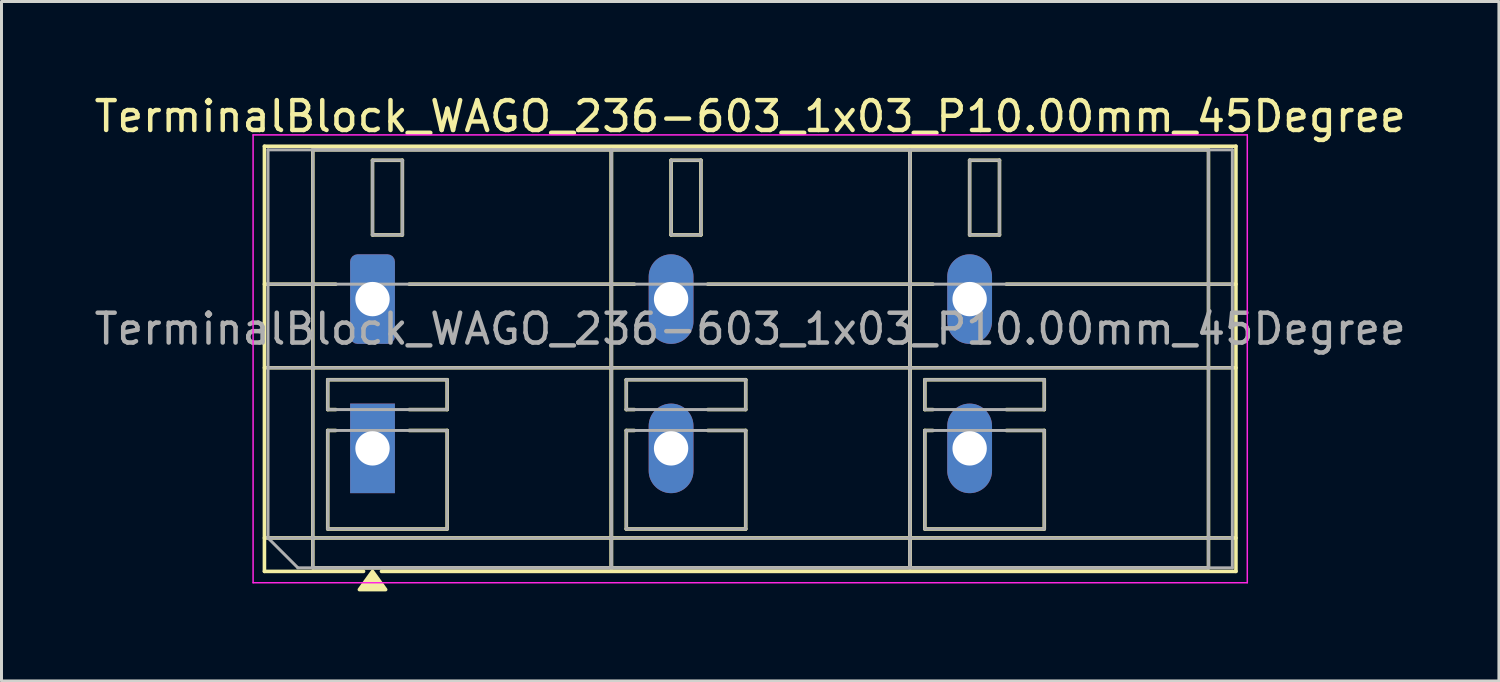
<source format=kicad_pcb>
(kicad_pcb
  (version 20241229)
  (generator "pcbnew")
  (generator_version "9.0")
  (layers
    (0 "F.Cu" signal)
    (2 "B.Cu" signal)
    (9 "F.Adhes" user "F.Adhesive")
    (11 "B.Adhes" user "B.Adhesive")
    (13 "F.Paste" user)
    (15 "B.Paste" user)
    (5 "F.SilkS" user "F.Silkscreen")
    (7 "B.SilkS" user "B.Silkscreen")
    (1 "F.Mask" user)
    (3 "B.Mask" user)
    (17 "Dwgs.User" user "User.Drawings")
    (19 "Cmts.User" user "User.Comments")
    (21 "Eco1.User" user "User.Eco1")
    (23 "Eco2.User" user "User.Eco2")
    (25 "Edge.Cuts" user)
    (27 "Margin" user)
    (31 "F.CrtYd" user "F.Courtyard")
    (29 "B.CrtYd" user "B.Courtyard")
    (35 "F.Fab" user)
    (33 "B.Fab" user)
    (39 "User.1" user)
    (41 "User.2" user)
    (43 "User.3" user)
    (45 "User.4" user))
  (footprint "TerminalBlock_WAGO_236-603_1x03_P10.00mm_45Degree"
    (layer "F.Cu")
    (at 9.427 6.968)
    (property "Reference" "TerminalBlock_WAGO_236-603_1x03_P10.00mm_45Degree" (at 12.65 -6.12 0) (layer "F.SilkS") (effects (font (size 1 1) (thickness 0.15))))
    (attr through_hole)
    (fp_line (start -3.62 -5.12) (end 28.92 -5.12) (stroke (width 0.12) (type solid)) (layer "F.SilkS"))
    (fp_line (start -3.62 -0.5) (end -1.23 -0.5) (stroke (width 0.12) (type solid)) (layer "F.SilkS"))
    (fp_line (start -3.62 2.3) (end 28.92 2.3) (stroke (width 0.12) (type solid)) (layer "F.SilkS"))
    (fp_line (start -3.62 8) (end 28.92 8) (stroke (width 0.12) (type solid)) (layer "F.SilkS"))
    (fp_line (start -3.62 9.12) (end -3.62 -5.12) (stroke (width 0.12) (type solid)) (layer "F.SilkS"))
    (fp_line (start -2 -5) (end 8 -5) (stroke (width 0.12) (type solid)) (layer "F.SilkS"))
    (fp_line (start -2 9) (end -2 -5) (stroke (width 0.12) (type solid)) (layer "F.SilkS"))
    (fp_line (start -1.5 2.7) (end 2.5 2.7) (stroke (width 0.12) (type solid)) (layer "F.SilkS"))
    (fp_line (start -1.5 3.7) (end -1.5 2.7) (stroke (width 0.12) (type solid)) (layer "F.SilkS"))
    (fp_line (start -1.5 4.4) (end -1.23 4.4) (stroke (width 0.12) (type solid)) (layer "F.SilkS"))
    (fp_line (start -1.5 7.7) (end -1.5 4.4) (stroke (width 0.12) (type solid)) (layer "F.SilkS"))
    (fp_line (start -1.23 3.7) (end -1.5 3.7) (stroke (width 0.12) (type solid)) (layer "F.SilkS"))
    (fp_line (start -0.3 9.12) (end -3.62 9.12) (stroke (width 0.12) (type solid)) (layer "F.SilkS"))
    (fp_line (start 0 -4.65) (end 1 -4.65) (stroke (width 0.12) (type solid)) (layer "F.SilkS"))
    (fp_line (start 0 -2.15) (end 0 -4.65) (stroke (width 0.12) (type solid)) (layer "F.SilkS"))
    (fp_line (start 1 -4.65) (end 1 -2.15) (stroke (width 0.12) (type solid)) (layer "F.SilkS"))
    (fp_line (start 1 -2.15) (end 0 -2.15) (stroke (width 0.12) (type solid)) (layer "F.SilkS"))
    (fp_line (start 1.23 -0.5) (end 8.77 -0.5) (stroke (width 0.12) (type solid)) (layer "F.SilkS"))
    (fp_line (start 1.23 4.4) (end 2.5 4.4) (stroke (width 0.12) (type solid)) (layer "F.SilkS"))
    (fp_line (start 2.5 2.7) (end 2.5 3.7) (stroke (width 0.12) (type solid)) (layer "F.SilkS"))
    (fp_line (start 2.5 3.7) (end 1.23 3.7) (stroke (width 0.12) (type solid)) (layer "F.SilkS"))
    (fp_line (start 2.5 4.4) (end 2.5 7.7) (stroke (width 0.12) (type solid)) (layer "F.SilkS"))
    (fp_line (start 2.5 7.7) (end -1.5 7.7) (stroke (width 0.12) (type solid)) (layer "F.SilkS"))
    (fp_line (start 8 -5) (end 8 9) (stroke (width 0.12) (type solid)) (layer "F.SilkS"))
    (fp_line (start 8 -5) (end 18 -5) (stroke (width 0.12) (type solid)) (layer "F.SilkS"))
    (fp_line (start 8 9) (end -2 9) (stroke (width 0.12) (type solid)) (layer "F.SilkS"))
    (fp_line (start 8 9) (end 8 -5) (stroke (width 0.12) (type solid)) (layer "F.SilkS"))
    (fp_line (start 8.5 2.7) (end 12.5 2.7) (stroke (width 0.12) (type solid)) (layer "F.SilkS"))
    (fp_line (start 8.5 3.7) (end 8.5 2.7) (stroke (width 0.12) (type solid)) (layer "F.SilkS"))
    (fp_line (start 8.5 4.4) (end 8.77 4.4) (stroke (width 0.12) (type solid)) (layer "F.SilkS"))
    (fp_line (start 8.5 7.7) (end 8.5 4.4) (stroke (width 0.12) (type solid)) (layer "F.SilkS"))
    (fp_line (start 8.77 3.7) (end 8.5 3.7) (stroke (width 0.12) (type solid)) (layer "F.SilkS"))
    (fp_line (start 10 -4.65) (end 11 -4.65) (stroke (width 0.12) (type solid)) (layer "F.SilkS"))
    (fp_line (start 10 -2.15) (end 10 -4.65) (stroke (width 0.12) (type solid)) (layer "F.SilkS"))
    (fp_line (start 11 -4.65) (end 11 -2.15) (stroke (width 0.12) (type solid)) (layer "F.SilkS"))
    (fp_line (start 11 -2.15) (end 10 -2.15) (stroke (width 0.12) (type solid)) (layer "F.SilkS"))
    (fp_line (start 11.23 -0.5) (end 18.77 -0.5) (stroke (width 0.12) (type solid)) (layer "F.SilkS"))
    (fp_line (start 11.23 4.4) (end 12.5 4.4) (stroke (width 0.12) (type solid)) (layer "F.SilkS"))
    (fp_line (start 12.5 2.7) (end 12.5 3.7) (stroke (width 0.12) (type solid)) (layer "F.SilkS"))
    (fp_line (start 12.5 3.7) (end 11.23 3.7) (stroke (width 0.12) (type solid)) (layer "F.SilkS"))
    (fp_line (start 12.5 4.4) (end 12.5 7.7) (stroke (width 0.12) (type solid)) (layer "F.SilkS"))
    (fp_line (start 12.5 7.7) (end 8.5 7.7) (stroke (width 0.12) (type solid)) (layer "F.SilkS"))
    (fp_line (start 18 -5) (end 18 9) (stroke (width 0.12) (type solid)) (layer "F.SilkS"))
    (fp_line (start 18 -5) (end 28 -5) (stroke (width 0.12) (type solid)) (layer "F.SilkS"))
    (fp_line (start 18 9) (end 8 9) (stroke (width 0.12) (type solid)) (layer "F.SilkS"))
    (fp_line (start 18 9) (end 18 -5) (stroke (width 0.12) (type solid)) (layer "F.SilkS"))
    (fp_line (start 18.5 2.7) (end 22.5 2.7) (stroke (width 0.12) (type solid)) (layer "F.SilkS"))
    (fp_line (start 18.5 3.7) (end 18.5 2.7) (stroke (width 0.12) (type solid)) (layer "F.SilkS"))
    (fp_line (start 18.5 4.4) (end 18.77 4.4) (stroke (width 0.12) (type solid)) (layer "F.SilkS"))
    (fp_line (start 18.5 7.7) (end 18.5 4.4) (stroke (width 0.12) (type solid)) (layer "F.SilkS"))
    (fp_line (start 18.77 3.7) (end 18.5 3.7) (stroke (width 0.12) (type solid)) (layer "F.SilkS"))
    (fp_line (start 20 -4.65) (end 21 -4.65) (stroke (width 0.12) (type solid)) (layer "F.SilkS"))
    (fp_line (start 20 -2.15) (end 20 -4.65) (stroke (width 0.12) (type solid)) (layer "F.SilkS"))
    (fp_line (start 21 -4.65) (end 21 -2.15) (stroke (width 0.12) (type solid)) (layer "F.SilkS"))
    (fp_line (start 21 -2.15) (end 20 -2.15) (stroke (width 0.12) (type solid)) (layer "F.SilkS"))
    (fp_line (start 21.23 -0.5) (end 28.92 -0.5) (stroke (width 0.12) (type solid)) (layer "F.SilkS"))
    (fp_line (start 21.23 4.4) (end 22.5 4.4) (stroke (width 0.12) (type solid)) (layer "F.SilkS"))
    (fp_line (start 22.5 2.7) (end 22.5 3.7) (stroke (width 0.12) (type solid)) (layer "F.SilkS"))
    (fp_line (start 22.5 3.7) (end 21.23 3.7) (stroke (width 0.12) (type solid)) (layer "F.SilkS"))
    (fp_line (start 22.5 4.4) (end 22.5 7.7) (stroke (width 0.12) (type solid)) (layer "F.SilkS"))
    (fp_line (start 22.5 7.7) (end 18.5 7.7) (stroke (width 0.12) (type solid)) (layer "F.SilkS"))
    (fp_line (start 28 -5) (end 28 9) (stroke (width 0.12) (type solid)) (layer "F.SilkS"))
    (fp_line (start 28 9) (end 18 9) (stroke (width 0.12) (type solid)) (layer "F.SilkS"))
    (fp_line (start 28.92 -5.12) (end 28.92 9.12) (stroke (width 0.12) (type solid)) (layer "F.SilkS"))
    (fp_line (start 28.92 9.12) (end 0.3 9.12) (stroke (width 0.12) (type solid)) (layer "F.SilkS"))
    (fp_poly (pts (xy 0 9.12) (xy 0.44 9.73) (xy -0.44 9.73)) (stroke (width 0.12) (type solid)) (fill yes) (layer "F.SilkS"))
    (fp_line (start -4 -5.5) (end -4 9.5) (stroke (width 0.05) (type solid)) (layer "F.CrtYd"))
    (fp_line (start -4 9.5) (end 29.3 9.5) (stroke (width 0.05) (type solid)) (layer "F.CrtYd"))
    (fp_line (start 29.3 -5.5) (end -4 -5.5) (stroke (width 0.05) (type solid)) (layer "F.CrtYd"))
    (fp_line (start 29.3 9.5) (end 29.3 -5.5) (stroke (width 0.05) (type solid)) (layer "F.CrtYd"))
    (fp_line (start -3.5 -5) (end 28.8 -5) (stroke (width 0.1) (type solid)) (layer "F.Fab"))
    (fp_line (start -3.5 -0.5) (end 28.8 -0.5) (stroke (width 0.1) (type solid)) (layer "F.Fab"))
    (fp_line (start -3.5 2.3) (end 28.8 2.3) (stroke (width 0.1) (type solid)) (layer "F.Fab"))
    (fp_line (start -3.5 8) (end -3.5 -5) (stroke (width 0.1) (type solid)) (layer "F.Fab"))
    (fp_line (start -3.5 8) (end 28.8 8) (stroke (width 0.1) (type solid)) (layer "F.Fab"))
    (fp_line (start -2.5 9) (end -3.5 8) (stroke (width 0.1) (type solid)) (layer "F.Fab"))
    (fp_line (start -2 -5) (end -2 9) (stroke (width 0.1) (type solid)) (layer "F.Fab"))
    (fp_line (start -2 9) (end 8 9) (stroke (width 0.1) (type solid)) (layer "F.Fab"))
    (fp_line (start -1.5 2.7) (end -1.5 3.7) (stroke (width 0.1) (type solid)) (layer "F.Fab"))
    (fp_line (start -1.5 3.7) (end 2.5 3.7) (stroke (width 0.1) (type solid)) (layer "F.Fab"))
    (fp_line (start -1.5 4.4) (end -1.5 7.7) (stroke (width 0.1) (type solid)) (layer "F.Fab"))
    (fp_line (start -1.5 7.7) (end 2.5 7.7) (stroke (width 0.1) (type solid)) (layer "F.Fab"))
    (fp_line (start 0 -4.65) (end 0 -2.15) (stroke (width 0.1) (type solid)) (layer "F.Fab"))
    (fp_line (start 0 -2.15) (end 1 -2.15) (stroke (width 0.1) (type solid)) (layer "F.Fab"))
    (fp_line (start 1 -4.65) (end 0 -4.65) (stroke (width 0.1) (type solid)) (layer "F.Fab"))
    (fp_line (start 1 -2.15) (end 1 -4.65) (stroke (width 0.1) (type solid)) (layer "F.Fab"))
    (fp_line (start 2.5 2.7) (end -1.5 2.7) (stroke (width 0.1) (type solid)) (layer "F.Fab"))
    (fp_line (start 2.5 3.7) (end 2.5 2.7) (stroke (width 0.1) (type solid)) (layer "F.Fab"))
    (fp_line (start 2.5 4.4) (end -1.5 4.4) (stroke (width 0.1) (type solid)) (layer "F.Fab"))
    (fp_line (start 2.5 7.7) (end 2.5 4.4) (stroke (width 0.1) (type solid)) (layer "F.Fab"))
    (fp_line (start 8 -5) (end -2 -5) (stroke (width 0.1) (type solid)) (layer "F.Fab"))
    (fp_line (start 8 -5) (end 8 9) (stroke (width 0.1) (type solid)) (layer "F.Fab"))
    (fp_line (start 8 9) (end 8 -5) (stroke (width 0.1) (type solid)) (layer "F.Fab"))
    (fp_line (start 8 9) (end 18 9) (stroke (width 0.1) (type solid)) (layer "F.Fab"))
    (fp_line (start 8.5 2.7) (end 8.5 3.7) (stroke (width 0.1) (type solid)) (layer "F.Fab"))
    (fp_line (start 8.5 3.7) (end 12.5 3.7) (stroke (width 0.1) (type solid)) (layer "F.Fab"))
    (fp_line (start 8.5 4.4) (end 8.5 7.7) (stroke (width 0.1) (type solid)) (layer "F.Fab"))
    (fp_line (start 8.5 7.7) (end 12.5 7.7) (stroke (width 0.1) (type solid)) (layer "F.Fab"))
    (fp_line (start 10 -4.65) (end 10 -2.15) (stroke (width 0.1) (type solid)) (layer "F.Fab"))
    (fp_line (start 10 -2.15) (end 11 -2.15) (stroke (width 0.1) (type solid)) (layer "F.Fab"))
    (fp_line (start 11 -4.65) (end 10 -4.65) (stroke (width 0.1) (type solid)) (layer "F.Fab"))
    (fp_line (start 11 -2.15) (end 11 -4.65) (stroke (width 0.1) (type solid)) (layer "F.Fab"))
    (fp_line (start 12.5 2.7) (end 8.5 2.7) (stroke (width 0.1) (type solid)) (layer "F.Fab"))
    (fp_line (start 12.5 3.7) (end 12.5 2.7) (stroke (width 0.1) (type solid)) (layer "F.Fab"))
    (fp_line (start 12.5 4.4) (end 8.5 4.4) (stroke (width 0.1) (type solid)) (layer "F.Fab"))
    (fp_line (start 12.5 7.7) (end 12.5 4.4) (stroke (width 0.1) (type solid)) (layer "F.Fab"))
    (fp_line (start 18 -5) (end 8 -5) (stroke (width 0.1) (type solid)) (layer "F.Fab"))
    (fp_line (start 18 -5) (end 18 9) (stroke (width 0.1) (type solid)) (layer "F.Fab"))
    (fp_line (start 18 9) (end 18 -5) (stroke (width 0.1) (type solid)) (layer "F.Fab"))
    (fp_line (start 18 9) (end 28 9) (stroke (width 0.1) (type solid)) (layer "F.Fab"))
    (fp_line (start 18.5 2.7) (end 18.5 3.7) (stroke (width 0.1) (type solid)) (layer "F.Fab"))
    (fp_line (start 18.5 3.7) (end 22.5 3.7) (stroke (width 0.1) (type solid)) (layer "F.Fab"))
    (fp_line (start 18.5 4.4) (end 18.5 7.7) (stroke (width 0.1) (type solid)) (layer "F.Fab"))
    (fp_line (start 18.5 7.7) (end 22.5 7.7) (stroke (width 0.1) (type solid)) (layer "F.Fab"))
    (fp_line (start 20 -4.65) (end 20 -2.15) (stroke (width 0.1) (type solid)) (layer "F.Fab"))
    (fp_line (start 20 -2.15) (end 21 -2.15) (stroke (width 0.1) (type solid)) (layer "F.Fab"))
    (fp_line (start 21 -4.65) (end 20 -4.65) (stroke (width 0.1) (type solid)) (layer "F.Fab"))
    (fp_line (start 21 -2.15) (end 21 -4.65) (stroke (width 0.1) (type solid)) (layer "F.Fab"))
    (fp_line (start 22.5 2.7) (end 18.5 2.7) (stroke (width 0.1) (type solid)) (layer "F.Fab"))
    (fp_line (start 22.5 3.7) (end 22.5 2.7) (stroke (width 0.1) (type solid)) (layer "F.Fab"))
    (fp_line (start 22.5 4.4) (end 18.5 4.4) (stroke (width 0.1) (type solid)) (layer "F.Fab"))
    (fp_line (start 22.5 7.7) (end 22.5 4.4) (stroke (width 0.1) (type solid)) (layer "F.Fab"))
    (fp_line (start 28 -5) (end 18 -5) (stroke (width 0.1) (type solid)) (layer "F.Fab"))
    (fp_line (start 28 9) (end 28 -5) (stroke (width 0.1) (type solid)) (layer "F.Fab"))
    (fp_line (start 28.8 -5) (end 28.8 9) (stroke (width 0.1) (type solid)) (layer "F.Fab"))
    (fp_line (start 28.8 9) (end -2.5 9) (stroke (width 0.1) (type solid)) (layer "F.Fab"))
    (fp_text user "${REFERENCE}" (at 12.65 1 0) (layer "F.Fab") (effects (font (size 1 1) (thickness 0.15))))
    (pad "1" thru_hole roundrect (at 0 0) (size 1.5 3) (drill 1.15) (layers "*.Cu" "*.Mask") (roundrect_rratio 0.167))
    (pad "1" thru_hole rect (at 0 5) (size 1.5 3) (drill 1.15) (layers "*.Cu" "*.Mask"))
    (pad "2" thru_hole oval (at 10 0) (size 1.5 3) (drill 1.15) (layers "*.Cu" "*.Mask"))
    (pad "2" thru_hole oval (at 10 5) (size 1.5 3) (drill 1.15) (layers "*.Cu" "*.Mask"))
    (pad "3" thru_hole oval (at 20 0) (size 1.5 3) (drill 1.15) (layers "*.Cu" "*.Mask"))
    (pad "3" thru_hole oval (at 20 5) (size 1.5 3) (drill 1.15) (layers "*.Cu" "*.Mask")))
  (gr_rect
    (start -3 -3)
    (end 47.155 19.758)
    (stroke (width 0.1) (type default))
    (fill no)
    (layer "Edge.Cuts")))
</source>
